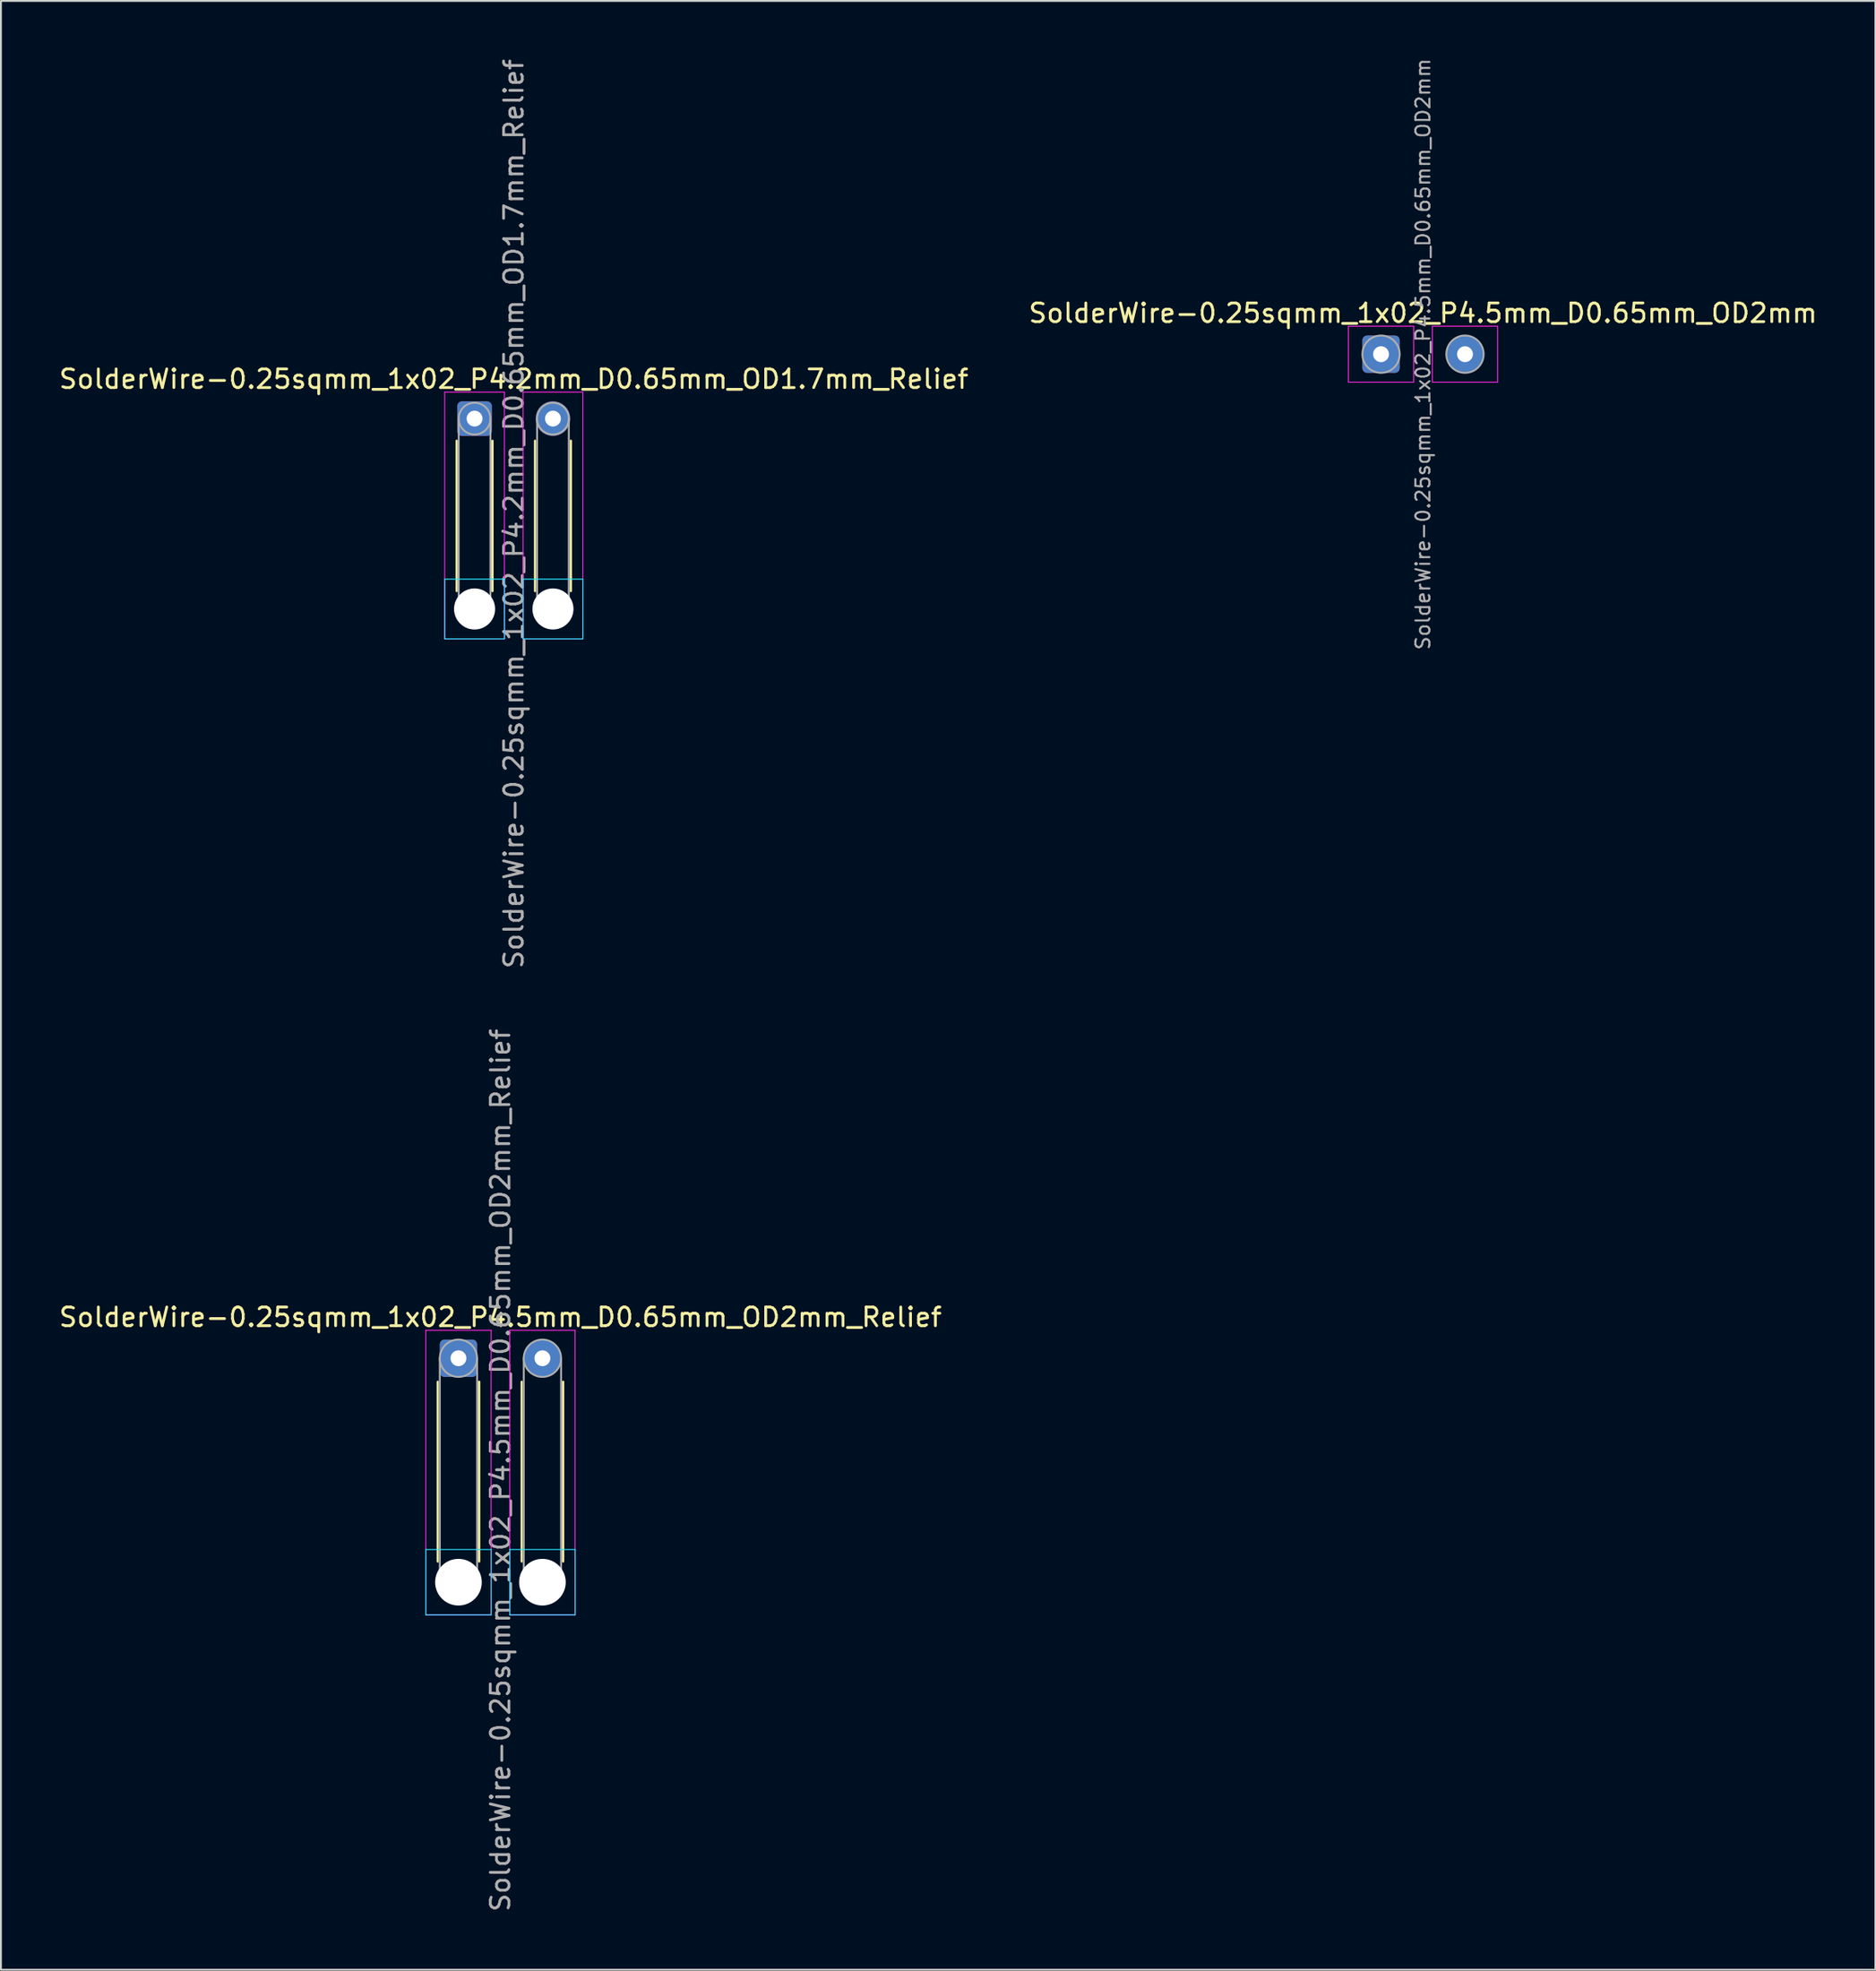
<source format=kicad_pcb>
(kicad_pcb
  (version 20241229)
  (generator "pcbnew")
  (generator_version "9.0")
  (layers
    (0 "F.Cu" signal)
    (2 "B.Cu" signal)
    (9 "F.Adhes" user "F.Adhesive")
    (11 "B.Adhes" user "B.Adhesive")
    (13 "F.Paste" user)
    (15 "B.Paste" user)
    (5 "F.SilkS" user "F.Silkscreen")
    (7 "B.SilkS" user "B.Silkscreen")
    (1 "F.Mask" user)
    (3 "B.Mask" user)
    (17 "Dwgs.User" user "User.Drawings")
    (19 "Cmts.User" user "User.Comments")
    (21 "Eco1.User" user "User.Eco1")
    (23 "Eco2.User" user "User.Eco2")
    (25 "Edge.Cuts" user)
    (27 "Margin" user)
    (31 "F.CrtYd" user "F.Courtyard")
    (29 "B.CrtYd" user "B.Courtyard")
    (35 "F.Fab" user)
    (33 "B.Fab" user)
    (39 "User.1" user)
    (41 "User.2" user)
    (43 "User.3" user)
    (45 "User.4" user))
  (footprint "SolderWire-0.25sqmm_1x02_P4.5mm_D0.65mm_OD2mm_Relief"
    (layer "F.Cu")
    (at 21.518 69.732)
    (property "Reference" "SolderWire-0.25sqmm_1x02_P4.5mm_D0.65mm_OD2mm_Relief" (at 2.25 -2.2 0) (layer "F.SilkS") (effects (font (size 1 1) (thickness 0.15))))
    (attr exclude_from_pos_files exclude_from_bom)
    (fp_line (start -1.11 1.26) (end -1.11 10.89) (stroke (width 0.12) (type solid)) (layer "F.SilkS"))
    (fp_line (start 1.11 1.26) (end 1.11 10.89) (stroke (width 0.12) (type solid)) (layer "F.SilkS"))
    (fp_line (start 3.39 1.26) (end 3.39 10.89) (stroke (width 0.12) (type solid)) (layer "F.SilkS"))
    (fp_line (start 5.61 1.26) (end 5.61 10.89) (stroke (width 0.12) (type solid)) (layer "F.SilkS"))
    (fp_line (start -1.75 10.25) (end -1.75 13.75) (stroke (width 0.05) (type solid)) (layer "B.CrtYd"))
    (fp_line (start -1.75 13.75) (end 1.75 13.75) (stroke (width 0.05) (type solid)) (layer "B.CrtYd"))
    (fp_line (start 1.75 10.25) (end -1.75 10.25) (stroke (width 0.05) (type solid)) (layer "B.CrtYd"))
    (fp_line (start 1.75 13.75) (end 1.75 10.25) (stroke (width 0.05) (type solid)) (layer "B.CrtYd"))
    (fp_line (start 2.75 10.25) (end 2.75 13.75) (stroke (width 0.05) (type solid)) (layer "B.CrtYd"))
    (fp_line (start 2.75 13.75) (end 6.25 13.75) (stroke (width 0.05) (type solid)) (layer "B.CrtYd"))
    (fp_line (start 6.25 10.25) (end 2.75 10.25) (stroke (width 0.05) (type solid)) (layer "B.CrtYd"))
    (fp_line (start 6.25 13.75) (end 6.25 10.25) (stroke (width 0.05) (type solid)) (layer "B.CrtYd"))
    (fp_line (start -1.75 -1.5) (end -1.75 13.75) (stroke (width 0.05) (type solid)) (layer "F.CrtYd"))
    (fp_line (start -1.75 13.75) (end 1.75 13.75) (stroke (width 0.05) (type solid)) (layer "F.CrtYd"))
    (fp_line (start 1.75 -1.5) (end -1.75 -1.5) (stroke (width 0.05) (type solid)) (layer "F.CrtYd"))
    (fp_line (start 1.75 13.75) (end 1.75 -1.5) (stroke (width 0.05) (type solid)) (layer "F.CrtYd"))
    (fp_line (start 2.75 -1.5) (end 2.75 13.75) (stroke (width 0.05) (type solid)) (layer "F.CrtYd"))
    (fp_line (start 2.75 13.75) (end 6.25 13.75) (stroke (width 0.05) (type solid)) (layer "F.CrtYd"))
    (fp_line (start 6.25 -1.5) (end 2.75 -1.5) (stroke (width 0.05) (type solid)) (layer "F.CrtYd"))
    (fp_line (start 6.25 13.75) (end 6.25 -1.5) (stroke (width 0.05) (type solid)) (layer "F.CrtYd"))
    (fp_line (start -1 0) (end -1 12) (stroke (width 0.1) (type solid)) (layer "F.Fab"))
    (fp_line (start 1 0) (end 1 12) (stroke (width 0.1) (type solid)) (layer "F.Fab"))
    (fp_line (start 3.5 0) (end 3.5 12) (stroke (width 0.1) (type solid)) (layer "F.Fab"))
    (fp_line (start 5.5 0) (end 5.5 12) (stroke (width 0.1) (type solid)) (layer "F.Fab"))
    (fp_circle (center 0 0) (end 1 0) (stroke (width 0.1) (type solid)) (fill no) (layer "F.Fab"))
    (fp_circle (center 0 12) (end 1 12) (stroke (width 0.1) (type solid)) (fill no) (layer "F.Fab"))
    (fp_circle (center 4.5 0) (end 5.5 0) (stroke (width 0.1) (type solid)) (fill no) (layer "F.Fab"))
    (fp_circle (center 4.5 12) (end 5.5 12) (stroke (width 0.1) (type solid)) (fill no) (layer "F.Fab"))
    (fp_text user "${REFERENCE}" (at 2.25 6 90) (layer "F.Fab") (effects (font (size 1 1) (thickness 0.15))))
    (pad "" np_thru_hole circle (at 0 12) (size 2.5 2.5) (drill 2.5) (layers "*.Cu" "*.Mask"))
    (pad "" np_thru_hole circle (at 4.5 12) (size 2.5 2.5) (drill 2.5) (layers "*.Cu" "*.Mask"))
    (pad "1" thru_hole roundrect (at 0 0) (size 2 2) (drill 0.85) (layers "*.Cu" "*.Mask") (roundrect_rratio 0.125))
    (pad "2" thru_hole circle (at 4.5 0) (size 2 2) (drill 0.85) (layers "*.Cu" "*.Mask")))
  (footprint "SolderWire-0.25sqmm_1x02_P4.2mm_D0.65mm_OD1.7mm_Relief"
    (layer "F.Cu")
    (at 22.382 19.382)
    (property "Reference" "SolderWire-0.25sqmm_1x02_P4.2mm_D0.65mm_OD1.7mm_Relief" (at 2.1 -2.12 0) (layer "F.SilkS") (effects (font (size 1 1) (thickness 0.15))))
    (attr exclude_from_pos_files exclude_from_bom)
    (fp_line (start -0.96 1.185) (end -0.96 9.24) (stroke (width 0.12) (type solid)) (layer "F.SilkS"))
    (fp_line (start 0.96 1.185) (end 0.96 9.24) (stroke (width 0.12) (type solid)) (layer "F.SilkS"))
    (fp_line (start 3.24 1.185) (end 3.24 9.24) (stroke (width 0.12) (type solid)) (layer "F.SilkS"))
    (fp_line (start 5.16 1.185) (end 5.16 9.24) (stroke (width 0.12) (type solid)) (layer "F.SilkS"))
    (fp_line (start -1.6 8.6) (end -1.6 11.8) (stroke (width 0.05) (type solid)) (layer "B.CrtYd"))
    (fp_line (start -1.6 11.8) (end 1.6 11.8) (stroke (width 0.05) (type solid)) (layer "B.CrtYd"))
    (fp_line (start 1.6 8.6) (end -1.6 8.6) (stroke (width 0.05) (type solid)) (layer "B.CrtYd"))
    (fp_line (start 1.6 11.8) (end 1.6 8.6) (stroke (width 0.05) (type solid)) (layer "B.CrtYd"))
    (fp_line (start 2.6 8.6) (end 2.6 11.8) (stroke (width 0.05) (type solid)) (layer "B.CrtYd"))
    (fp_line (start 2.6 11.8) (end 5.8 11.8) (stroke (width 0.05) (type solid)) (layer "B.CrtYd"))
    (fp_line (start 5.8 8.6) (end 2.6 8.6) (stroke (width 0.05) (type solid)) (layer "B.CrtYd"))
    (fp_line (start 5.8 11.8) (end 5.8 8.6) (stroke (width 0.05) (type solid)) (layer "B.CrtYd"))
    (fp_line (start -1.6 -1.42) (end -1.6 11.8) (stroke (width 0.05) (type solid)) (layer "F.CrtYd"))
    (fp_line (start -1.6 11.8) (end 1.6 11.8) (stroke (width 0.05) (type solid)) (layer "F.CrtYd"))
    (fp_line (start 1.6 -1.42) (end -1.6 -1.42) (stroke (width 0.05) (type solid)) (layer "F.CrtYd"))
    (fp_line (start 1.6 11.8) (end 1.6 -1.42) (stroke (width 0.05) (type solid)) (layer "F.CrtYd"))
    (fp_line (start 2.6 -1.42) (end 2.6 11.8) (stroke (width 0.05) (type solid)) (layer "F.CrtYd"))
    (fp_line (start 2.6 11.8) (end 5.8 11.8) (stroke (width 0.05) (type solid)) (layer "F.CrtYd"))
    (fp_line (start 5.8 -1.42) (end 2.6 -1.42) (stroke (width 0.05) (type solid)) (layer "F.CrtYd"))
    (fp_line (start 5.8 11.8) (end 5.8 -1.42) (stroke (width 0.05) (type solid)) (layer "F.CrtYd"))
    (fp_line (start -0.85 0) (end -0.85 10.2) (stroke (width 0.1) (type solid)) (layer "F.Fab"))
    (fp_line (start 0.85 0) (end 0.85 10.2) (stroke (width 0.1) (type solid)) (layer "F.Fab"))
    (fp_line (start 3.35 0) (end 3.35 10.2) (stroke (width 0.1) (type solid)) (layer "F.Fab"))
    (fp_line (start 5.05 0) (end 5.05 10.2) (stroke (width 0.1) (type solid)) (layer "F.Fab"))
    (fp_circle (center 0 0) (end 0.85 0) (stroke (width 0.1) (type solid)) (fill no) (layer "F.Fab"))
    (fp_circle (center 0 10.2) (end 0.85 10.2) (stroke (width 0.1) (type solid)) (fill no) (layer "F.Fab"))
    (fp_circle (center 4.2 0) (end 5.05 0) (stroke (width 0.1) (type solid)) (fill no) (layer "F.Fab"))
    (fp_circle (center 4.2 10.2) (end 5.05 10.2) (stroke (width 0.1) (type solid)) (fill no) (layer "F.Fab"))
    (fp_text user "${REFERENCE}" (at 2.1 5.1 90) (layer "F.Fab") (effects (font (size 1 1) (thickness 0.15))))
    (pad "" np_thru_hole circle (at 0 10.2) (size 2.2 2.2) (drill 2.2) (layers "*.Cu" "*.Mask"))
    (pad "" np_thru_hole circle (at 4.2 10.2) (size 2.2 2.2) (drill 2.2) (layers "*.Cu" "*.Mask"))
    (pad "1" thru_hole roundrect (at 0 0) (size 1.85 1.85) (drill 0.85) (layers "*.Cu" "*.Mask") (roundrect_rratio 0.135))
    (pad "2" thru_hole circle (at 4.2 0) (size 1.85 1.85) (drill 0.85) (layers "*.Cu" "*.Mask")))
  (footprint "SolderWire-0.25sqmm_1x02_P4.5mm_D0.65mm_OD2mm"
    (layer "F.Cu")
    (at 70.958 15.929)
    (property "Reference" "SolderWire-0.25sqmm_1x02_P4.5mm_D0.65mm_OD2mm" (at 2.25 -2.2 0) (layer "F.SilkS") (effects (font (size 1 1) (thickness 0.15))))
    (attr exclude_from_pos_files exclude_from_bom)
    (fp_line (start -1.75 -1.5) (end -1.75 1.5) (stroke (width 0.05) (type solid)) (layer "F.CrtYd"))
    (fp_line (start -1.75 1.5) (end 1.75 1.5) (stroke (width 0.05) (type solid)) (layer "F.CrtYd"))
    (fp_line (start 1.75 -1.5) (end -1.75 -1.5) (stroke (width 0.05) (type solid)) (layer "F.CrtYd"))
    (fp_line (start 1.75 1.5) (end 1.75 -1.5) (stroke (width 0.05) (type solid)) (layer "F.CrtYd"))
    (fp_line (start 2.75 -1.5) (end 2.75 1.5) (stroke (width 0.05) (type solid)) (layer "F.CrtYd"))
    (fp_line (start 2.75 1.5) (end 6.25 1.5) (stroke (width 0.05) (type solid)) (layer "F.CrtYd"))
    (fp_line (start 6.25 -1.5) (end 2.75 -1.5) (stroke (width 0.05) (type solid)) (layer "F.CrtYd"))
    (fp_line (start 6.25 1.5) (end 6.25 -1.5) (stroke (width 0.05) (type solid)) (layer "F.CrtYd"))
    (fp_circle (center 0 0) (end 1 0) (stroke (width 0.1) (type solid)) (fill no) (layer "F.Fab"))
    (fp_circle (center 4.5 0) (end 5.5 0) (stroke (width 0.1) (type solid)) (fill no) (layer "F.Fab"))
    (fp_text user "${REFERENCE}" (at 2.25 0 90) (layer "F.Fab") (effects (font (size 0.75 0.75) (thickness 0.11))))
    (pad "1" thru_hole roundrect (at 0 0) (size 2 2) (drill 0.85) (layers "*.Cu" "*.Mask") (roundrect_rratio 0.125))
    (pad "2" thru_hole circle (at 4.5 0) (size 2 2) (drill 0.85) (layers "*.Cu" "*.Mask")))
  (gr_rect
    (start -3 -3)
    (end 97.452 102.5)
    (stroke (width 0.1) (type default))
    (fill no)
    (layer "Edge.Cuts")))
</source>
